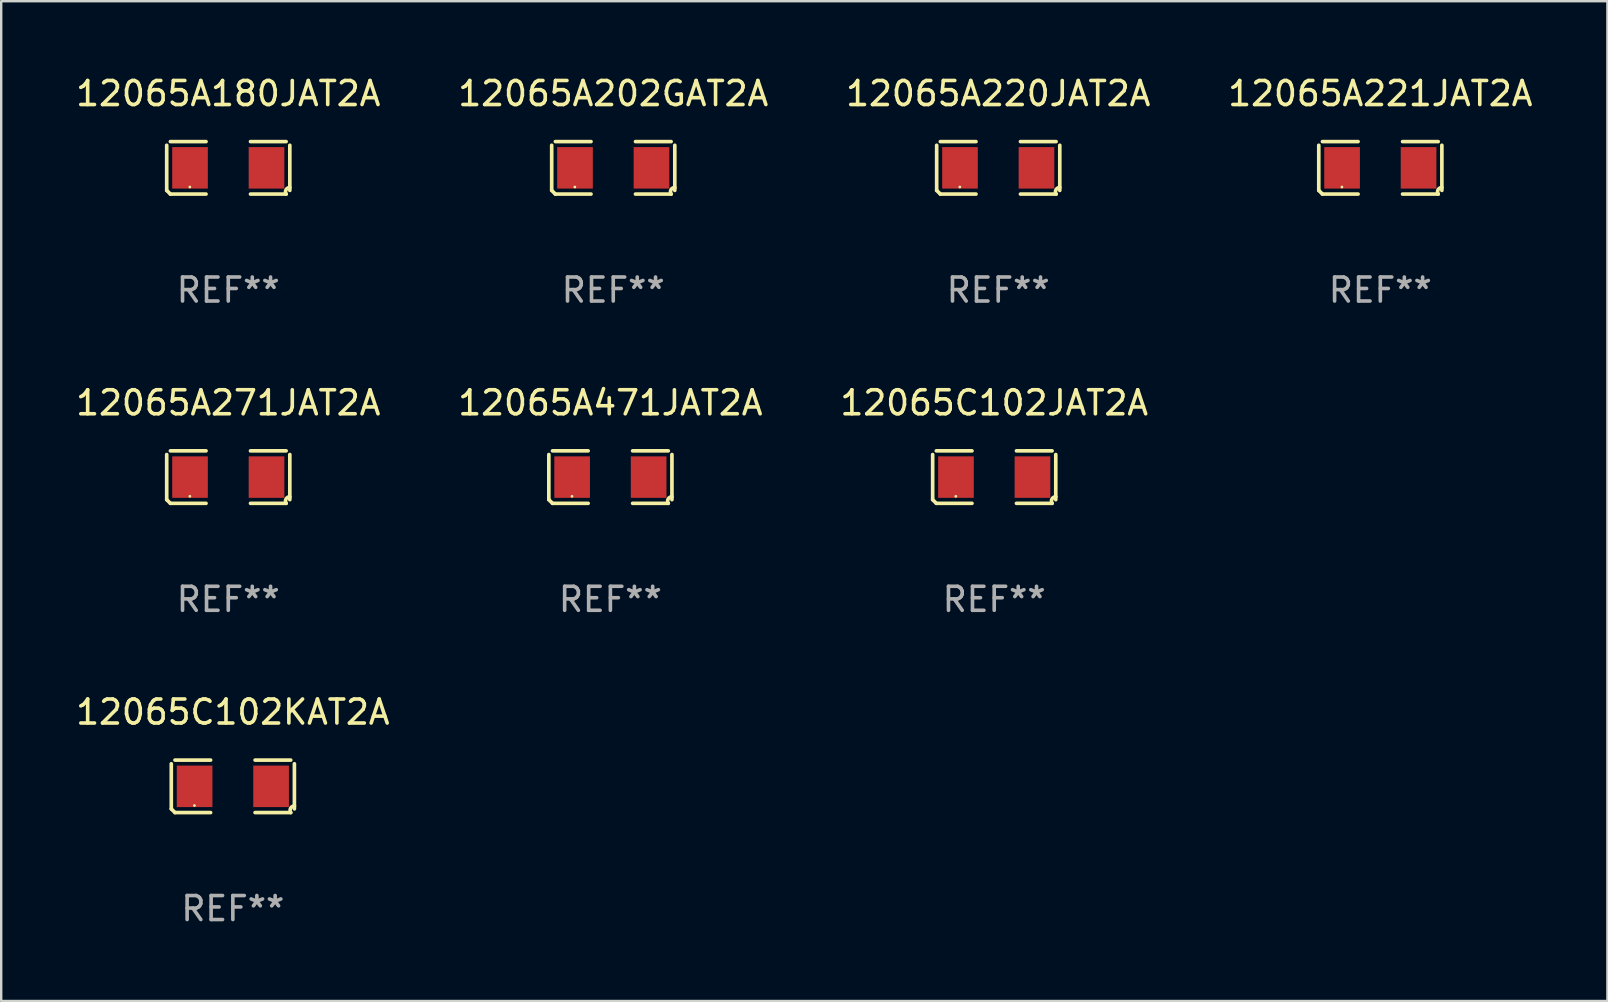
<source format=kicad_pcb>
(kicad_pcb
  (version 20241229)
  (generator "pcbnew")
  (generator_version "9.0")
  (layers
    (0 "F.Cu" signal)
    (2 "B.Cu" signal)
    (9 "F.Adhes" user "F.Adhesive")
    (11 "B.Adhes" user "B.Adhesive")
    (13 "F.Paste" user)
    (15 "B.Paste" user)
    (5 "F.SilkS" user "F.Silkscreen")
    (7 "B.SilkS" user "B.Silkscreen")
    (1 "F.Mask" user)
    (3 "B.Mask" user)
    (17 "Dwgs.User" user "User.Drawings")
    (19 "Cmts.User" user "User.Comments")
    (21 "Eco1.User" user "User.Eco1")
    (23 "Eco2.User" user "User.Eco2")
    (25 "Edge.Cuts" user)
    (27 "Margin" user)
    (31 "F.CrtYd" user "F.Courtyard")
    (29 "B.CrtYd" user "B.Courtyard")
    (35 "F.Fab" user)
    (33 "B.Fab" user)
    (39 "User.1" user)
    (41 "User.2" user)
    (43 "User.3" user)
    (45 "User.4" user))
  (footprint "12065A202GAT2A"
    (layer "F.Cu")
    (at 22.494 3.941)
    (property "Reference" "12065A202GAT2A" (at 0 -3.093 0) (layer "F.SilkS") (effects (font (size 1 1) (thickness 0.15))))
    (attr through_hole)
    (fp_line (start -2.564 0.94) (end -2.564 -0.94) (stroke (width 0.152) (type solid)) (layer "F.SilkS"))
    (fp_line (start -2.411 -1.093) (end -0.926 -1.093) (stroke (width 0.152) (type solid)) (layer "F.SilkS"))
    (fp_line (start -0.926 1.093) (end -2.411 1.093) (stroke (width 0.152) (type solid)) (layer "F.SilkS"))
    (fp_line (start 0.926 1.093) (end 2.411 1.093) (stroke (width 0.152) (type solid)) (layer "F.SilkS"))
    (fp_line (start 2.411 -1.093) (end 0.926 -1.093) (stroke (width 0.152) (type solid)) (layer "F.SilkS"))
    (fp_line (start 2.564 0.94) (end 2.564 -0.94) (stroke (width 0.152) (type solid)) (layer "F.SilkS"))
    (fp_arc (start -2.411201 1.092609) (mid -2.487413 1.01642) (end -2.563602 0.940208) (stroke (width 0.1524) (type solid)) (layer "F.SilkS"))
    (fp_arc (start 2.411201 1.092609) (mid 2.407159 0.911226) (end 2.563602 0.819347) (stroke (width 0.1524) (type solid)) (layer "F.SilkS"))
    (fp_circle (center -1.6 0.8) (end -1.57 0.8) (stroke (width 0.06) (type solid)) (fill no) (layer "F.SilkS"))
    (fp_text user "REF**" (at 0 5.093 0) (layer "F.Fab") (effects (font (size 1 1) (thickness 0.15))))
    (pad "1" smd rect (at -1.593 0) (size 1.485 1.728) (layers "F.Cu" "F.Mask" "F.Paste"))
    (pad "2" smd rect (at 1.593 0) (size 1.485 1.728) (layers "F.Cu" "F.Mask" "F.Paste")))
  (footprint "12065A220JAT2A"
    (layer "F.Cu")
    (at 38.53 3.941)
    (property "Reference" "12065A220JAT2A" (at 0 -3.093 0) (layer "F.SilkS") (effects (font (size 1 1) (thickness 0.15))))
    (attr through_hole)
    (fp_line (start -2.564 0.94) (end -2.564 -0.94) (stroke (width 0.152) (type solid)) (layer "F.SilkS"))
    (fp_line (start -2.411 -1.093) (end -0.926 -1.093) (stroke (width 0.152) (type solid)) (layer "F.SilkS"))
    (fp_line (start -0.926 1.093) (end -2.411 1.093) (stroke (width 0.152) (type solid)) (layer "F.SilkS"))
    (fp_line (start 0.926 1.093) (end 2.411 1.093) (stroke (width 0.152) (type solid)) (layer "F.SilkS"))
    (fp_line (start 2.411 -1.093) (end 0.926 -1.093) (stroke (width 0.152) (type solid)) (layer "F.SilkS"))
    (fp_line (start 2.564 0.94) (end 2.564 -0.94) (stroke (width 0.152) (type solid)) (layer "F.SilkS"))
    (fp_arc (start -2.411201 1.092609) (mid -2.487413 1.01642) (end -2.563602 0.940208) (stroke (width 0.1524) (type solid)) (layer "F.SilkS"))
    (fp_arc (start 2.411201 1.092609) (mid 2.407159 0.911226) (end 2.563602 0.819347) (stroke (width 0.1524) (type solid)) (layer "F.SilkS"))
    (fp_circle (center -1.6 0.8) (end -1.57 0.8) (stroke (width 0.06) (type solid)) (fill no) (layer "F.SilkS"))
    (fp_text user "REF**" (at 0 5.093 0) (layer "F.Fab") (effects (font (size 1 1) (thickness 0.15))))
    (pad "1" smd rect (at -1.593 0) (size 1.485 1.728) (layers "F.Cu" "F.Mask" "F.Paste"))
    (pad "2" smd rect (at 1.593 0) (size 1.485 1.728) (layers "F.Cu" "F.Mask" "F.Paste")))
  (footprint "12065A221JAT2A"
    (layer "F.Cu")
    (at 54.446 3.941)
    (property "Reference" "12065A221JAT2A" (at 0 -3.093 0) (layer "F.SilkS") (effects (font (size 1 1) (thickness 0.15))))
    (attr through_hole)
    (fp_line (start -2.564 0.94) (end -2.564 -0.94) (stroke (width 0.152) (type solid)) (layer "F.SilkS"))
    (fp_line (start -2.411 -1.093) (end -0.926 -1.093) (stroke (width 0.152) (type solid)) (layer "F.SilkS"))
    (fp_line (start -0.926 1.093) (end -2.411 1.093) (stroke (width 0.152) (type solid)) (layer "F.SilkS"))
    (fp_line (start 0.926 1.093) (end 2.411 1.093) (stroke (width 0.152) (type solid)) (layer "F.SilkS"))
    (fp_line (start 2.411 -1.093) (end 0.926 -1.093) (stroke (width 0.152) (type solid)) (layer "F.SilkS"))
    (fp_line (start 2.564 0.94) (end 2.564 -0.94) (stroke (width 0.152) (type solid)) (layer "F.SilkS"))
    (fp_arc (start -2.411201 1.092609) (mid -2.487413 1.01642) (end -2.563602 0.940208) (stroke (width 0.1524) (type solid)) (layer "F.SilkS"))
    (fp_arc (start 2.411201 1.092609) (mid 2.407159 0.911226) (end 2.563602 0.819347) (stroke (width 0.1524) (type solid)) (layer "F.SilkS"))
    (fp_circle (center -1.6 0.8) (end -1.57 0.8) (stroke (width 0.06) (type solid)) (fill no) (layer "F.SilkS"))
    (fp_text user "REF**" (at 0 5.093 0) (layer "F.Fab") (effects (font (size 1 1) (thickness 0.15))))
    (pad "1" smd rect (at -1.593 0) (size 1.485 1.728) (layers "F.Cu" "F.Mask" "F.Paste"))
    (pad "2" smd rect (at 1.593 0) (size 1.485 1.728) (layers "F.Cu" "F.Mask" "F.Paste")))
  (footprint "12065C102JAT2A"
    (layer "F.Cu")
    (at 38.363 16.823)
    (property "Reference" "12065C102JAT2A" (at 0 -3.093 0) (layer "F.SilkS") (effects (font (size 1 1) (thickness 0.15))))
    (attr through_hole)
    (fp_line (start -2.564 0.94) (end -2.564 -0.94) (stroke (width 0.152) (type solid)) (layer "F.SilkS"))
    (fp_line (start -2.411 -1.093) (end -0.926 -1.093) (stroke (width 0.152) (type solid)) (layer "F.SilkS"))
    (fp_line (start -0.926 1.093) (end -2.411 1.093) (stroke (width 0.152) (type solid)) (layer "F.SilkS"))
    (fp_line (start 0.926 1.093) (end 2.411 1.093) (stroke (width 0.152) (type solid)) (layer "F.SilkS"))
    (fp_line (start 2.411 -1.093) (end 0.926 -1.093) (stroke (width 0.152) (type solid)) (layer "F.SilkS"))
    (fp_line (start 2.564 0.94) (end 2.564 -0.94) (stroke (width 0.152) (type solid)) (layer "F.SilkS"))
    (fp_arc (start -2.411201 1.092609) (mid -2.487413 1.01642) (end -2.563602 0.940208) (stroke (width 0.1524) (type solid)) (layer "F.SilkS"))
    (fp_arc (start 2.411201 1.092609) (mid 2.407159 0.911226) (end 2.563602 0.819347) (stroke (width 0.1524) (type solid)) (layer "F.SilkS"))
    (fp_circle (center -1.6 0.8) (end -1.57 0.8) (stroke (width 0.06) (type solid)) (fill no) (layer "F.SilkS"))
    (fp_text user "REF**" (at 0 5.093 0) (layer "F.Fab") (effects (font (size 1 1) (thickness 0.15))))
    (pad "1" smd rect (at -1.593 0) (size 1.485 1.728) (layers "F.Cu" "F.Mask" "F.Paste"))
    (pad "2" smd rect (at 1.593 0) (size 1.485 1.728) (layers "F.Cu" "F.Mask" "F.Paste")))
  (footprint "12065A271JAT2A"
    (layer "F.Cu")
    (at 6.458 16.823)
    (property "Reference" "12065A271JAT2A" (at 0 -3.093 0) (layer "F.SilkS") (effects (font (size 1 1) (thickness 0.15))))
    (attr through_hole)
    (fp_line (start -2.564 0.94) (end -2.564 -0.94) (stroke (width 0.152) (type solid)) (layer "F.SilkS"))
    (fp_line (start -2.411 -1.093) (end -0.926 -1.093) (stroke (width 0.152) (type solid)) (layer "F.SilkS"))
    (fp_line (start -0.926 1.093) (end -2.411 1.093) (stroke (width 0.152) (type solid)) (layer "F.SilkS"))
    (fp_line (start 0.926 1.093) (end 2.411 1.093) (stroke (width 0.152) (type solid)) (layer "F.SilkS"))
    (fp_line (start 2.411 -1.093) (end 0.926 -1.093) (stroke (width 0.152) (type solid)) (layer "F.SilkS"))
    (fp_line (start 2.564 0.94) (end 2.564 -0.94) (stroke (width 0.152) (type solid)) (layer "F.SilkS"))
    (fp_arc (start -2.411201 1.092609) (mid -2.487413 1.01642) (end -2.563602 0.940208) (stroke (width 0.1524) (type solid)) (layer "F.SilkS"))
    (fp_arc (start 2.411201 1.092609) (mid 2.407159 0.911226) (end 2.563602 0.819347) (stroke (width 0.1524) (type solid)) (layer "F.SilkS"))
    (fp_circle (center -1.6 0.8) (end -1.57 0.8) (stroke (width 0.06) (type solid)) (fill no) (layer "F.SilkS"))
    (fp_text user "REF**" (at 0 5.093 0) (layer "F.Fab") (effects (font (size 1 1) (thickness 0.15))))
    (pad "1" smd rect (at -1.593 0) (size 1.485 1.728) (layers "F.Cu" "F.Mask" "F.Paste"))
    (pad "2" smd rect (at 1.593 0) (size 1.485 1.728) (layers "F.Cu" "F.Mask" "F.Paste")))
  (footprint "12065A471JAT2A"
    (layer "F.Cu")
    (at 22.375 16.823)
    (property "Reference" "12065A471JAT2A" (at 0 -3.093 0) (layer "F.SilkS") (effects (font (size 1 1) (thickness 0.15))))
    (attr through_hole)
    (fp_line (start -2.564 0.94) (end -2.564 -0.94) (stroke (width 0.152) (type solid)) (layer "F.SilkS"))
    (fp_line (start -2.411 -1.093) (end -0.926 -1.093) (stroke (width 0.152) (type solid)) (layer "F.SilkS"))
    (fp_line (start -0.926 1.093) (end -2.411 1.093) (stroke (width 0.152) (type solid)) (layer "F.SilkS"))
    (fp_line (start 0.926 1.093) (end 2.411 1.093) (stroke (width 0.152) (type solid)) (layer "F.SilkS"))
    (fp_line (start 2.411 -1.093) (end 0.926 -1.093) (stroke (width 0.152) (type solid)) (layer "F.SilkS"))
    (fp_line (start 2.564 0.94) (end 2.564 -0.94) (stroke (width 0.152) (type solid)) (layer "F.SilkS"))
    (fp_arc (start -2.411201 1.092609) (mid -2.487413 1.01642) (end -2.563602 0.940208) (stroke (width 0.1524) (type solid)) (layer "F.SilkS"))
    (fp_arc (start 2.411201 1.092609) (mid 2.407159 0.911226) (end 2.563602 0.819347) (stroke (width 0.1524) (type solid)) (layer "F.SilkS"))
    (fp_circle (center -1.6 0.8) (end -1.57 0.8) (stroke (width 0.06) (type solid)) (fill no) (layer "F.SilkS"))
    (fp_text user "REF**" (at 0 5.093 0) (layer "F.Fab") (effects (font (size 1 1) (thickness 0.15))))
    (pad "1" smd rect (at -1.593 0) (size 1.485 1.728) (layers "F.Cu" "F.Mask" "F.Paste"))
    (pad "2" smd rect (at 1.593 0) (size 1.485 1.728) (layers "F.Cu" "F.Mask" "F.Paste")))
  (footprint "12065A180JAT2A"
    (layer "F.Cu")
    (at 6.458 3.941)
    (property "Reference" "12065A180JAT2A" (at 0 -3.093 0) (layer "F.SilkS") (effects (font (size 1 1) (thickness 0.15))))
    (attr through_hole)
    (fp_line (start -2.564 0.94) (end -2.564 -0.94) (stroke (width 0.152) (type solid)) (layer "F.SilkS"))
    (fp_line (start -2.411 -1.093) (end -0.926 -1.093) (stroke (width 0.152) (type solid)) (layer "F.SilkS"))
    (fp_line (start -0.926 1.093) (end -2.411 1.093) (stroke (width 0.152) (type solid)) (layer "F.SilkS"))
    (fp_line (start 0.926 1.093) (end 2.411 1.093) (stroke (width 0.152) (type solid)) (layer "F.SilkS"))
    (fp_line (start 2.411 -1.093) (end 0.926 -1.093) (stroke (width 0.152) (type solid)) (layer "F.SilkS"))
    (fp_line (start 2.564 0.94) (end 2.564 -0.94) (stroke (width 0.152) (type solid)) (layer "F.SilkS"))
    (fp_arc (start -2.411201 1.092609) (mid -2.487413 1.01642) (end -2.563602 0.940208) (stroke (width 0.1524) (type solid)) (layer "F.SilkS"))
    (fp_arc (start 2.411201 1.092609) (mid 2.407159 0.911226) (end 2.563602 0.819347) (stroke (width 0.1524) (type solid)) (layer "F.SilkS"))
    (fp_circle (center -1.6 0.8) (end -1.57 0.8) (stroke (width 0.06) (type solid)) (fill no) (layer "F.SilkS"))
    (fp_text user "REF**" (at 0 5.093 0) (layer "F.Fab") (effects (font (size 1 1) (thickness 0.15))))
    (pad "1" smd rect (at -1.593 0) (size 1.485 1.728) (layers "F.Cu" "F.Mask" "F.Paste"))
    (pad "2" smd rect (at 1.593 0) (size 1.485 1.728) (layers "F.Cu" "F.Mask" "F.Paste")))
  (footprint "12065C102KAT2A"
    (layer "F.Cu")
    (at 6.649 29.704)
    (property "Reference" "12065C102KAT2A" (at 0 -3.093 0) (layer "F.SilkS") (effects (font (size 1 1) (thickness 0.15))))
    (attr through_hole)
    (fp_line (start -2.564 0.94) (end -2.564 -0.94) (stroke (width 0.152) (type solid)) (layer "F.SilkS"))
    (fp_line (start -2.411 -1.093) (end -0.926 -1.093) (stroke (width 0.152) (type solid)) (layer "F.SilkS"))
    (fp_line (start -0.926 1.093) (end -2.411 1.093) (stroke (width 0.152) (type solid)) (layer "F.SilkS"))
    (fp_line (start 0.926 1.093) (end 2.411 1.093) (stroke (width 0.152) (type solid)) (layer "F.SilkS"))
    (fp_line (start 2.411 -1.093) (end 0.926 -1.093) (stroke (width 0.152) (type solid)) (layer "F.SilkS"))
    (fp_line (start 2.564 0.94) (end 2.564 -0.94) (stroke (width 0.152) (type solid)) (layer "F.SilkS"))
    (fp_arc (start -2.411201 1.092609) (mid -2.487413 1.01642) (end -2.563602 0.940208) (stroke (width 0.1524) (type solid)) (layer "F.SilkS"))
    (fp_arc (start 2.411201 1.092609) (mid 2.407159 0.911226) (end 2.563602 0.819347) (stroke (width 0.1524) (type solid)) (layer "F.SilkS"))
    (fp_circle (center -1.6 0.8) (end -1.57 0.8) (stroke (width 0.06) (type solid)) (fill no) (layer "F.SilkS"))
    (fp_text user "REF**" (at 0 5.093 0) (layer "F.Fab") (effects (font (size 1 1) (thickness 0.15))))
    (pad "1" smd rect (at -1.593 0) (size 1.485 1.728) (layers "F.Cu" "F.Mask" "F.Paste"))
    (pad "2" smd rect (at 1.593 0) (size 1.485 1.728) (layers "F.Cu" "F.Mask" "F.Paste")))
  (gr_rect
    (start -3 -3)
    (end 63.905 38.645)
    (stroke (width 0.1) (type default))
    (fill no)
    (layer "Edge.Cuts")))
</source>
